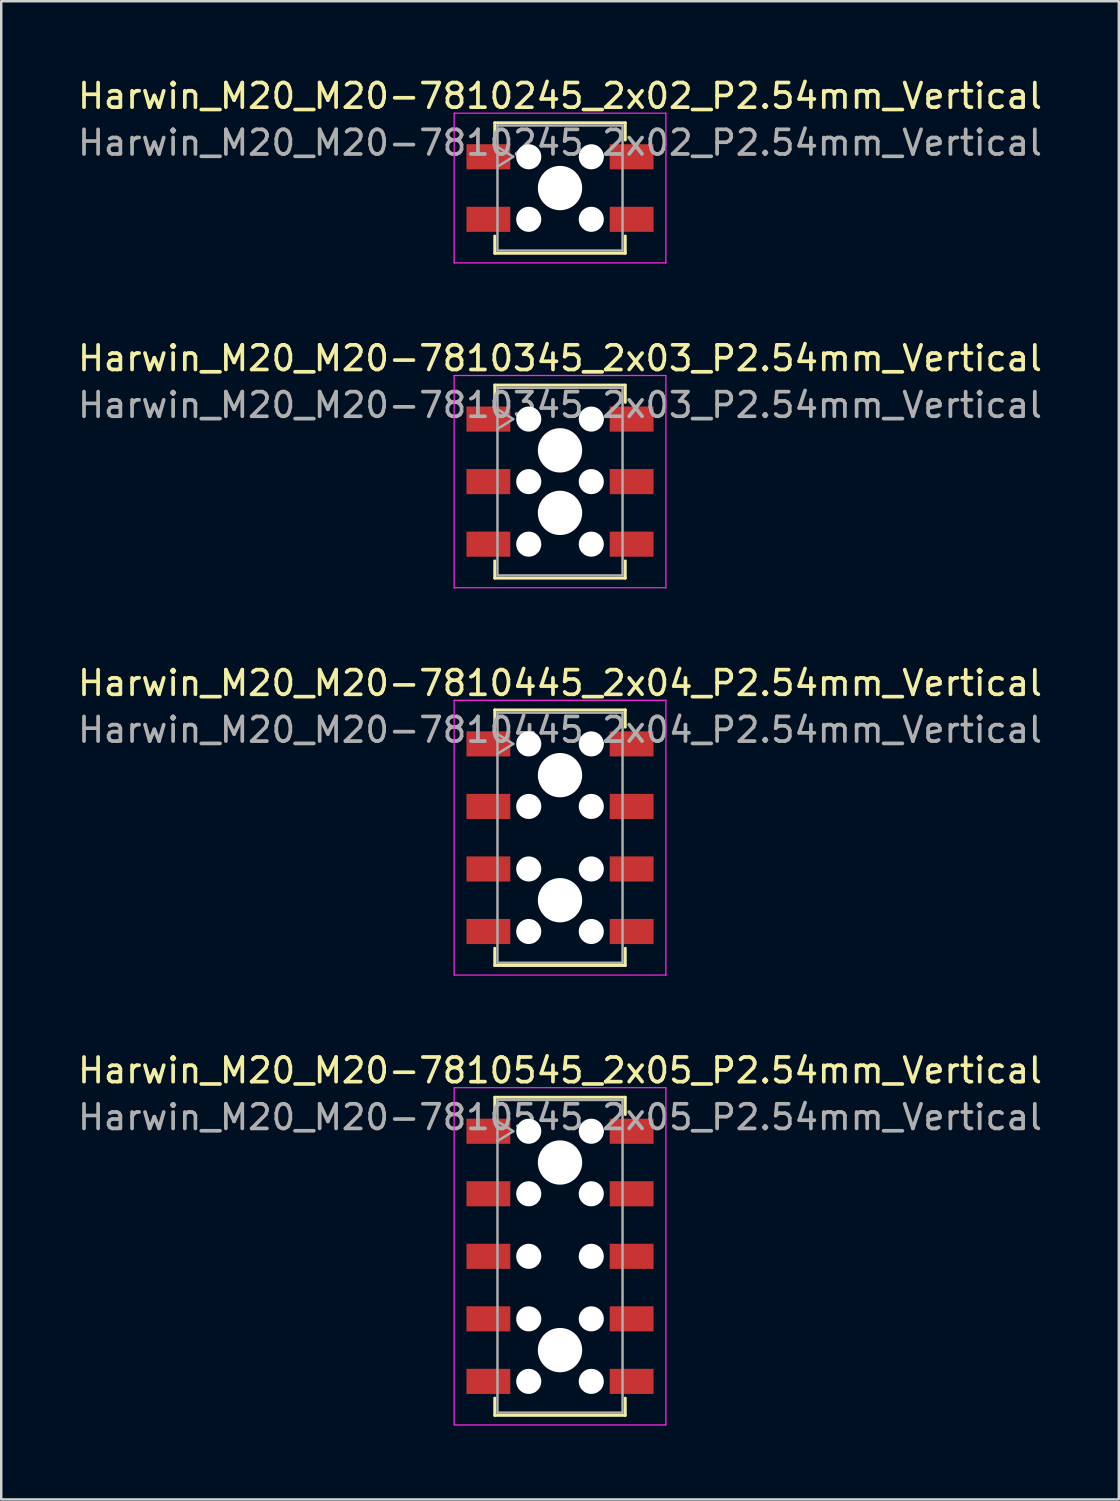
<source format=kicad_pcb>
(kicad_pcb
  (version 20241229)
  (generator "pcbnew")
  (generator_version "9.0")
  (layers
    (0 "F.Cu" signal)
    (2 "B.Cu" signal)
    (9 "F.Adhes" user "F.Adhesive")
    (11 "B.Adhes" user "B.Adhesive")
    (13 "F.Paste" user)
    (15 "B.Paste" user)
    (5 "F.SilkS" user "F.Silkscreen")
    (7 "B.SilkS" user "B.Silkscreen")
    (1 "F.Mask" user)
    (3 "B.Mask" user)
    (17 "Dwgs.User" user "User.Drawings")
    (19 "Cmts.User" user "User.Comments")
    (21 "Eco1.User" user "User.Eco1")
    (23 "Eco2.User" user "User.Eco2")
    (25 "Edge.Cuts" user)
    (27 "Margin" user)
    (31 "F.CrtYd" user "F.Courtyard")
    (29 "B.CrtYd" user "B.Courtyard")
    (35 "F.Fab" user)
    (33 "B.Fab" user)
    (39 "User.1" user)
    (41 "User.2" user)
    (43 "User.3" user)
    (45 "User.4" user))
  (footprint "Harwin_M20_M20-7810445_2x04_P2.54mm_Vertical"
    (layer "F.Cu")
    (at 19.696 30.975)
    (property "Reference" "Harwin_M20_M20-7810445_2x04_P2.54mm_Vertical" (at 0 -6.28 0) (layer "F.SilkS") (effects (font (size 1 1) (thickness 0.15))))
    (attr smd)
    (fp_line (start -2.65 -5.19) (end 2.65 -5.19) (stroke (width 0.12) (type solid)) (layer "F.SilkS"))
    (fp_line (start -2.65 -4.49) (end -2.65 -5.19) (stroke (width 0.12) (type solid)) (layer "F.SilkS"))
    (fp_line (start -2.65 4.49) (end -2.65 5.19) (stroke (width 0.12) (type solid)) (layer "F.SilkS"))
    (fp_line (start -2.65 5.19) (end 2.65 5.19) (stroke (width 0.12) (type solid)) (layer "F.SilkS"))
    (fp_line (start 2.65 -5.19) (end 2.65 -4.49) (stroke (width 0.12) (type solid)) (layer "F.SilkS"))
    (fp_line (start 2.65 5.19) (end 2.65 4.49) (stroke (width 0.12) (type solid)) (layer "F.SilkS"))
    (fp_line (start -4.3 -5.58) (end 4.3 -5.58) (stroke (width 0.05) (type solid)) (layer "F.CrtYd"))
    (fp_line (start -4.3 5.58) (end -4.3 -5.58) (stroke (width 0.05) (type solid)) (layer "F.CrtYd"))
    (fp_line (start 4.3 -5.58) (end 4.3 5.58) (stroke (width 0.05) (type solid)) (layer "F.CrtYd"))
    (fp_line (start 4.3 5.58) (end -4.3 5.58) (stroke (width 0.05) (type solid)) (layer "F.CrtYd"))
    (fp_line (start -2.54 -5.08) (end 2.54 -5.08) (stroke (width 0.1) (type solid)) (layer "F.Fab"))
    (fp_line (start -2.54 -4.21) (end -1.9 -3.81) (stroke (width 0.1) (type solid)) (layer "F.Fab"))
    (fp_line (start -2.54 5.08) (end -2.54 -5.08) (stroke (width 0.1) (type solid)) (layer "F.Fab"))
    (fp_line (start -1.9 -3.81) (end -2.54 -3.41) (stroke (width 0.1) (type solid)) (layer "F.Fab"))
    (fp_line (start 2.54 -5.08) (end 2.54 5.08) (stroke (width 0.1) (type solid)) (layer "F.Fab"))
    (fp_line (start 2.54 5.08) (end -2.54 5.08) (stroke (width 0.1) (type solid)) (layer "F.Fab"))
    (fp_text user "${REFERENCE}" (at 0 -4.38 0) (layer "F.Fab") (effects (font (size 1 1) (thickness 0.15))))
    (pad "" np_thru_hole circle (at -1.27 -3.81) (size 1.02 1.02) (drill 1.02) (layers "*.Cu" "*.Mask"))
    (pad "" np_thru_hole circle (at -1.27 -1.27) (size 1.02 1.02) (drill 1.02) (layers "*.Cu" "*.Mask"))
    (pad "" np_thru_hole circle (at -1.27 1.27) (size 1.02 1.02) (drill 1.02) (layers "*.Cu" "*.Mask"))
    (pad "" np_thru_hole circle (at -1.27 3.81) (size 1.02 1.02) (drill 1.02) (layers "*.Cu" "*.Mask"))
    (pad "" np_thru_hole circle (at 0 -2.54) (size 1.8 1.8) (drill 1.8) (layers "*.Cu" "*.Mask"))
    (pad "" np_thru_hole circle (at 0 2.54) (size 1.8 1.8) (drill 1.8) (layers "*.Cu" "*.Mask"))
    (pad "" np_thru_hole circle (at 1.27 -3.81) (size 1.02 1.02) (drill 1.02) (layers "*.Cu" "*.Mask"))
    (pad "" np_thru_hole circle (at 1.27 -1.27) (size 1.02 1.02) (drill 1.02) (layers "*.Cu" "*.Mask"))
    (pad "" np_thru_hole circle (at 1.27 1.27) (size 1.02 1.02) (drill 1.02) (layers "*.Cu" "*.Mask"))
    (pad "" np_thru_hole circle (at 1.27 3.81) (size 1.02 1.02) (drill 1.02) (layers "*.Cu" "*.Mask"))
    (pad "1" smd rect (at -2.91 -3.81) (size 1.78 1.02) (layers "F.Cu" "F.Mask" "F.Paste"))
    (pad "2" smd rect (at -2.91 -1.27) (size 1.78 1.02) (layers "F.Cu" "F.Mask" "F.Paste"))
    (pad "3" smd rect (at -2.91 1.27) (size 1.78 1.02) (layers "F.Cu" "F.Mask" "F.Paste"))
    (pad "4" smd rect (at -2.91 3.81) (size 1.78 1.02) (layers "F.Cu" "F.Mask" "F.Paste"))
    (pad "5" smd rect (at 2.91 -3.81) (size 1.78 1.02) (layers "F.Cu" "F.Mask" "F.Paste"))
    (pad "6" smd rect (at 2.91 -1.27) (size 1.78 1.02) (layers "F.Cu" "F.Mask" "F.Paste"))
    (pad "7" smd rect (at 2.91 1.27) (size 1.78 1.02) (layers "F.Cu" "F.Mask" "F.Paste"))
    (pad "8" smd rect (at 2.91 3.81) (size 1.78 1.02) (layers "F.Cu" "F.Mask" "F.Paste")))
  (footprint "Harwin_M20_M20-7810545_2x05_P2.54mm_Vertical"
    (layer "F.Cu")
    (at 19.696 47.978)
    (property "Reference" "Harwin_M20_M20-7810545_2x05_P2.54mm_Vertical" (at 0 -7.55 0) (layer "F.SilkS") (effects (font (size 1 1) (thickness 0.15))))
    (attr smd)
    (fp_line (start -2.65 -6.46) (end 2.65 -6.46) (stroke (width 0.12) (type solid)) (layer "F.SilkS"))
    (fp_line (start -2.65 -5.76) (end -2.65 -6.46) (stroke (width 0.12) (type solid)) (layer "F.SilkS"))
    (fp_line (start -2.65 5.76) (end -2.65 6.46) (stroke (width 0.12) (type solid)) (layer "F.SilkS"))
    (fp_line (start -2.65 6.46) (end 2.65 6.46) (stroke (width 0.12) (type solid)) (layer "F.SilkS"))
    (fp_line (start 2.65 -6.46) (end 2.65 -5.76) (stroke (width 0.12) (type solid)) (layer "F.SilkS"))
    (fp_line (start 2.65 6.46) (end 2.65 5.76) (stroke (width 0.12) (type solid)) (layer "F.SilkS"))
    (fp_line (start -4.3 -6.85) (end 4.3 -6.85) (stroke (width 0.05) (type solid)) (layer "F.CrtYd"))
    (fp_line (start -4.3 6.85) (end -4.3 -6.85) (stroke (width 0.05) (type solid)) (layer "F.CrtYd"))
    (fp_line (start 4.3 -6.85) (end 4.3 6.85) (stroke (width 0.05) (type solid)) (layer "F.CrtYd"))
    (fp_line (start 4.3 6.85) (end -4.3 6.85) (stroke (width 0.05) (type solid)) (layer "F.CrtYd"))
    (fp_line (start -2.54 -6.35) (end 2.54 -6.35) (stroke (width 0.1) (type solid)) (layer "F.Fab"))
    (fp_line (start -2.54 -5.48) (end -1.9 -5.08) (stroke (width 0.1) (type solid)) (layer "F.Fab"))
    (fp_line (start -2.54 6.35) (end -2.54 -6.35) (stroke (width 0.1) (type solid)) (layer "F.Fab"))
    (fp_line (start -1.9 -5.08) (end -2.54 -4.68) (stroke (width 0.1) (type solid)) (layer "F.Fab"))
    (fp_line (start 2.54 -6.35) (end 2.54 6.35) (stroke (width 0.1) (type solid)) (layer "F.Fab"))
    (fp_line (start 2.54 6.35) (end -2.54 6.35) (stroke (width 0.1) (type solid)) (layer "F.Fab"))
    (fp_text user "${REFERENCE}" (at 0 -5.65 0) (layer "F.Fab") (effects (font (size 1 1) (thickness 0.15))))
    (pad "" np_thru_hole circle (at -1.27 -5.08) (size 1.02 1.02) (drill 1.02) (layers "*.Cu" "*.Mask"))
    (pad "" np_thru_hole circle (at -1.27 -2.54) (size 1.02 1.02) (drill 1.02) (layers "*.Cu" "*.Mask"))
    (pad "" np_thru_hole circle (at -1.27 0) (size 1.02 1.02) (drill 1.02) (layers "*.Cu" "*.Mask"))
    (pad "" np_thru_hole circle (at -1.27 2.54) (size 1.02 1.02) (drill 1.02) (layers "*.Cu" "*.Mask"))
    (pad "" np_thru_hole circle (at -1.27 5.08) (size 1.02 1.02) (drill 1.02) (layers "*.Cu" "*.Mask"))
    (pad "" np_thru_hole circle (at 0 -3.81) (size 1.8 1.8) (drill 1.8) (layers "*.Cu" "*.Mask"))
    (pad "" np_thru_hole circle (at 0 3.81) (size 1.8 1.8) (drill 1.8) (layers "*.Cu" "*.Mask"))
    (pad "" np_thru_hole circle (at 1.27 -5.08) (size 1.02 1.02) (drill 1.02) (layers "*.Cu" "*.Mask"))
    (pad "" np_thru_hole circle (at 1.27 -2.54) (size 1.02 1.02) (drill 1.02) (layers "*.Cu" "*.Mask"))
    (pad "" np_thru_hole circle (at 1.27 0) (size 1.02 1.02) (drill 1.02) (layers "*.Cu" "*.Mask"))
    (pad "" np_thru_hole circle (at 1.27 2.54) (size 1.02 1.02) (drill 1.02) (layers "*.Cu" "*.Mask"))
    (pad "" np_thru_hole circle (at 1.27 5.08) (size 1.02 1.02) (drill 1.02) (layers "*.Cu" "*.Mask"))
    (pad "1" smd rect (at -2.91 -5.08) (size 1.78 1.02) (layers "F.Cu" "F.Mask" "F.Paste"))
    (pad "2" smd rect (at -2.91 -2.54) (size 1.78 1.02) (layers "F.Cu" "F.Mask" "F.Paste"))
    (pad "3" smd rect (at -2.91 0) (size 1.78 1.02) (layers "F.Cu" "F.Mask" "F.Paste"))
    (pad "4" smd rect (at -2.91 2.54) (size 1.78 1.02) (layers "F.Cu" "F.Mask" "F.Paste"))
    (pad "5" smd rect (at -2.91 5.08) (size 1.78 1.02) (layers "F.Cu" "F.Mask" "F.Paste"))
    (pad "6" smd rect (at 2.91 -5.08) (size 1.78 1.02) (layers "F.Cu" "F.Mask" "F.Paste"))
    (pad "7" smd rect (at 2.91 -2.54) (size 1.78 1.02) (layers "F.Cu" "F.Mask" "F.Paste"))
    (pad "8" smd rect (at 2.91 0) (size 1.78 1.02) (layers "F.Cu" "F.Mask" "F.Paste"))
    (pad "9" smd rect (at 2.91 2.54) (size 1.78 1.02) (layers "F.Cu" "F.Mask" "F.Paste"))
    (pad "10" smd rect (at 2.91 5.08) (size 1.78 1.02) (layers "F.Cu" "F.Mask" "F.Paste")))
  (footprint "Harwin_M20_M20-7810245_2x02_P2.54mm_Vertical"
    (layer "F.Cu")
    (at 19.696 4.588)
    (property "Reference" "Harwin_M20_M20-7810245_2x02_P2.54mm_Vertical" (at 0 -3.74 0) (layer "F.SilkS") (effects (font (size 1 1) (thickness 0.15))))
    (attr smd)
    (fp_line (start -2.65 -2.65) (end 2.65 -2.65) (stroke (width 0.12) (type solid)) (layer "F.SilkS"))
    (fp_line (start -2.65 -1.95) (end -2.65 -2.65) (stroke (width 0.12) (type solid)) (layer "F.SilkS"))
    (fp_line (start -2.65 1.95) (end -2.65 2.65) (stroke (width 0.12) (type solid)) (layer "F.SilkS"))
    (fp_line (start -2.65 2.65) (end 2.65 2.65) (stroke (width 0.12) (type solid)) (layer "F.SilkS"))
    (fp_line (start 2.65 -2.65) (end 2.65 -1.95) (stroke (width 0.12) (type solid)) (layer "F.SilkS"))
    (fp_line (start 2.65 2.65) (end 2.65 1.95) (stroke (width 0.12) (type solid)) (layer "F.SilkS"))
    (fp_line (start -4.3 -3.04) (end 4.3 -3.04) (stroke (width 0.05) (type solid)) (layer "F.CrtYd"))
    (fp_line (start -4.3 3.04) (end -4.3 -3.04) (stroke (width 0.05) (type solid)) (layer "F.CrtYd"))
    (fp_line (start 4.3 -3.04) (end 4.3 3.04) (stroke (width 0.05) (type solid)) (layer "F.CrtYd"))
    (fp_line (start 4.3 3.04) (end -4.3 3.04) (stroke (width 0.05) (type solid)) (layer "F.CrtYd"))
    (fp_line (start -2.54 -2.54) (end 2.54 -2.54) (stroke (width 0.1) (type solid)) (layer "F.Fab"))
    (fp_line (start -2.54 -1.67) (end -1.9 -1.27) (stroke (width 0.1) (type solid)) (layer "F.Fab"))
    (fp_line (start -2.54 2.54) (end -2.54 -2.54) (stroke (width 0.1) (type solid)) (layer "F.Fab"))
    (fp_line (start -1.9 -1.27) (end -2.54 -0.87) (stroke (width 0.1) (type solid)) (layer "F.Fab"))
    (fp_line (start 2.54 -2.54) (end 2.54 2.54) (stroke (width 0.1) (type solid)) (layer "F.Fab"))
    (fp_line (start 2.54 2.54) (end -2.54 2.54) (stroke (width 0.1) (type solid)) (layer "F.Fab"))
    (fp_text user "${REFERENCE}" (at 0 -1.84 0) (layer "F.Fab") (effects (font (size 1 1) (thickness 0.15))))
    (pad "" np_thru_hole circle (at -1.27 -1.27) (size 1.02 1.02) (drill 1.02) (layers "*.Cu" "*.Mask"))
    (pad "" np_thru_hole circle (at -1.27 1.27) (size 1.02 1.02) (drill 1.02) (layers "*.Cu" "*.Mask"))
    (pad "" np_thru_hole circle (at 0 0) (size 1.8 1.8) (drill 1.8) (layers "*.Cu" "*.Mask"))
    (pad "" np_thru_hole circle (at 1.27 -1.27) (size 1.02 1.02) (drill 1.02) (layers "*.Cu" "*.Mask"))
    (pad "" np_thru_hole circle (at 1.27 1.27) (size 1.02 1.02) (drill 1.02) (layers "*.Cu" "*.Mask"))
    (pad "1" smd rect (at -2.91 -1.27) (size 1.78 1.02) (layers "F.Cu" "F.Mask" "F.Paste"))
    (pad "2" smd rect (at -2.91 1.27) (size 1.78 1.02) (layers "F.Cu" "F.Mask" "F.Paste"))
    (pad "3" smd rect (at 2.91 -1.27) (size 1.78 1.02) (layers "F.Cu" "F.Mask" "F.Paste"))
    (pad "4" smd rect (at 2.91 1.27) (size 1.78 1.02) (layers "F.Cu" "F.Mask" "F.Paste")))
  (footprint "Harwin_M20_M20-7810345_2x03_P2.54mm_Vertical"
    (layer "F.Cu")
    (at 19.696 16.512)
    (property "Reference" "Harwin_M20_M20-7810345_2x03_P2.54mm_Vertical" (at 0 -5.01 0) (layer "F.SilkS") (effects (font (size 1 1) (thickness 0.15))))
    (attr smd)
    (fp_line (start -2.65 -3.92) (end 2.65 -3.92) (stroke (width 0.12) (type solid)) (layer "F.SilkS"))
    (fp_line (start -2.65 -3.22) (end -2.65 -3.92) (stroke (width 0.12) (type solid)) (layer "F.SilkS"))
    (fp_line (start -2.65 3.22) (end -2.65 3.92) (stroke (width 0.12) (type solid)) (layer "F.SilkS"))
    (fp_line (start -2.65 3.92) (end 2.65 3.92) (stroke (width 0.12) (type solid)) (layer "F.SilkS"))
    (fp_line (start 2.65 -3.92) (end 2.65 -3.22) (stroke (width 0.12) (type solid)) (layer "F.SilkS"))
    (fp_line (start 2.65 3.92) (end 2.65 3.22) (stroke (width 0.12) (type solid)) (layer "F.SilkS"))
    (fp_line (start -4.3 -4.31) (end 4.3 -4.31) (stroke (width 0.05) (type solid)) (layer "F.CrtYd"))
    (fp_line (start -4.3 4.31) (end -4.3 -4.31) (stroke (width 0.05) (type solid)) (layer "F.CrtYd"))
    (fp_line (start 4.3 -4.31) (end 4.3 4.31) (stroke (width 0.05) (type solid)) (layer "F.CrtYd"))
    (fp_line (start 4.3 4.31) (end -4.3 4.31) (stroke (width 0.05) (type solid)) (layer "F.CrtYd"))
    (fp_line (start -2.54 -3.81) (end 2.54 -3.81) (stroke (width 0.1) (type solid)) (layer "F.Fab"))
    (fp_line (start -2.54 -2.94) (end -1.9 -2.54) (stroke (width 0.1) (type solid)) (layer "F.Fab"))
    (fp_line (start -2.54 3.81) (end -2.54 -3.81) (stroke (width 0.1) (type solid)) (layer "F.Fab"))
    (fp_line (start -1.9 -2.54) (end -2.54 -2.14) (stroke (width 0.1) (type solid)) (layer "F.Fab"))
    (fp_line (start 2.54 -3.81) (end 2.54 3.81) (stroke (width 0.1) (type solid)) (layer "F.Fab"))
    (fp_line (start 2.54 3.81) (end -2.54 3.81) (stroke (width 0.1) (type solid)) (layer "F.Fab"))
    (fp_text user "${REFERENCE}" (at 0 -3.11 0) (layer "F.Fab") (effects (font (size 1 1) (thickness 0.15))))
    (pad "" np_thru_hole circle (at -1.27 -2.54) (size 1.02 1.02) (drill 1.02) (layers "*.Cu" "*.Mask"))
    (pad "" np_thru_hole circle (at -1.27 0) (size 1.02 1.02) (drill 1.02) (layers "*.Cu" "*.Mask"))
    (pad "" np_thru_hole circle (at -1.27 2.54) (size 1.02 1.02) (drill 1.02) (layers "*.Cu" "*.Mask"))
    (pad "" np_thru_hole circle (at 0 -1.27) (size 1.8 1.8) (drill 1.8) (layers "*.Cu" "*.Mask"))
    (pad "" np_thru_hole circle (at 0 1.27) (size 1.8 1.8) (drill 1.8) (layers "*.Cu" "*.Mask"))
    (pad "" np_thru_hole circle (at 1.27 -2.54) (size 1.02 1.02) (drill 1.02) (layers "*.Cu" "*.Mask"))
    (pad "" np_thru_hole circle (at 1.27 0) (size 1.02 1.02) (drill 1.02) (layers "*.Cu" "*.Mask"))
    (pad "" np_thru_hole circle (at 1.27 2.54) (size 1.02 1.02) (drill 1.02) (layers "*.Cu" "*.Mask"))
    (pad "1" smd rect (at -2.91 -2.54) (size 1.78 1.02) (layers "F.Cu" "F.Mask" "F.Paste"))
    (pad "2" smd rect (at -2.91 0) (size 1.78 1.02) (layers "F.Cu" "F.Mask" "F.Paste"))
    (pad "3" smd rect (at -2.91 2.54) (size 1.78 1.02) (layers "F.Cu" "F.Mask" "F.Paste"))
    (pad "4" smd rect (at 2.91 -2.54) (size 1.78 1.02) (layers "F.Cu" "F.Mask" "F.Paste"))
    (pad "5" smd rect (at 2.91 0) (size 1.78 1.02) (layers "F.Cu" "F.Mask" "F.Paste"))
    (pad "6" smd rect (at 2.91 2.54) (size 1.78 1.02) (layers "F.Cu" "F.Mask" "F.Paste")))
  (gr_rect
    (start -3 -3)
    (end 42.393 57.853)
    (stroke (width 0.1) (type default))
    (fill no)
    (layer "Edge.Cuts")))
</source>
